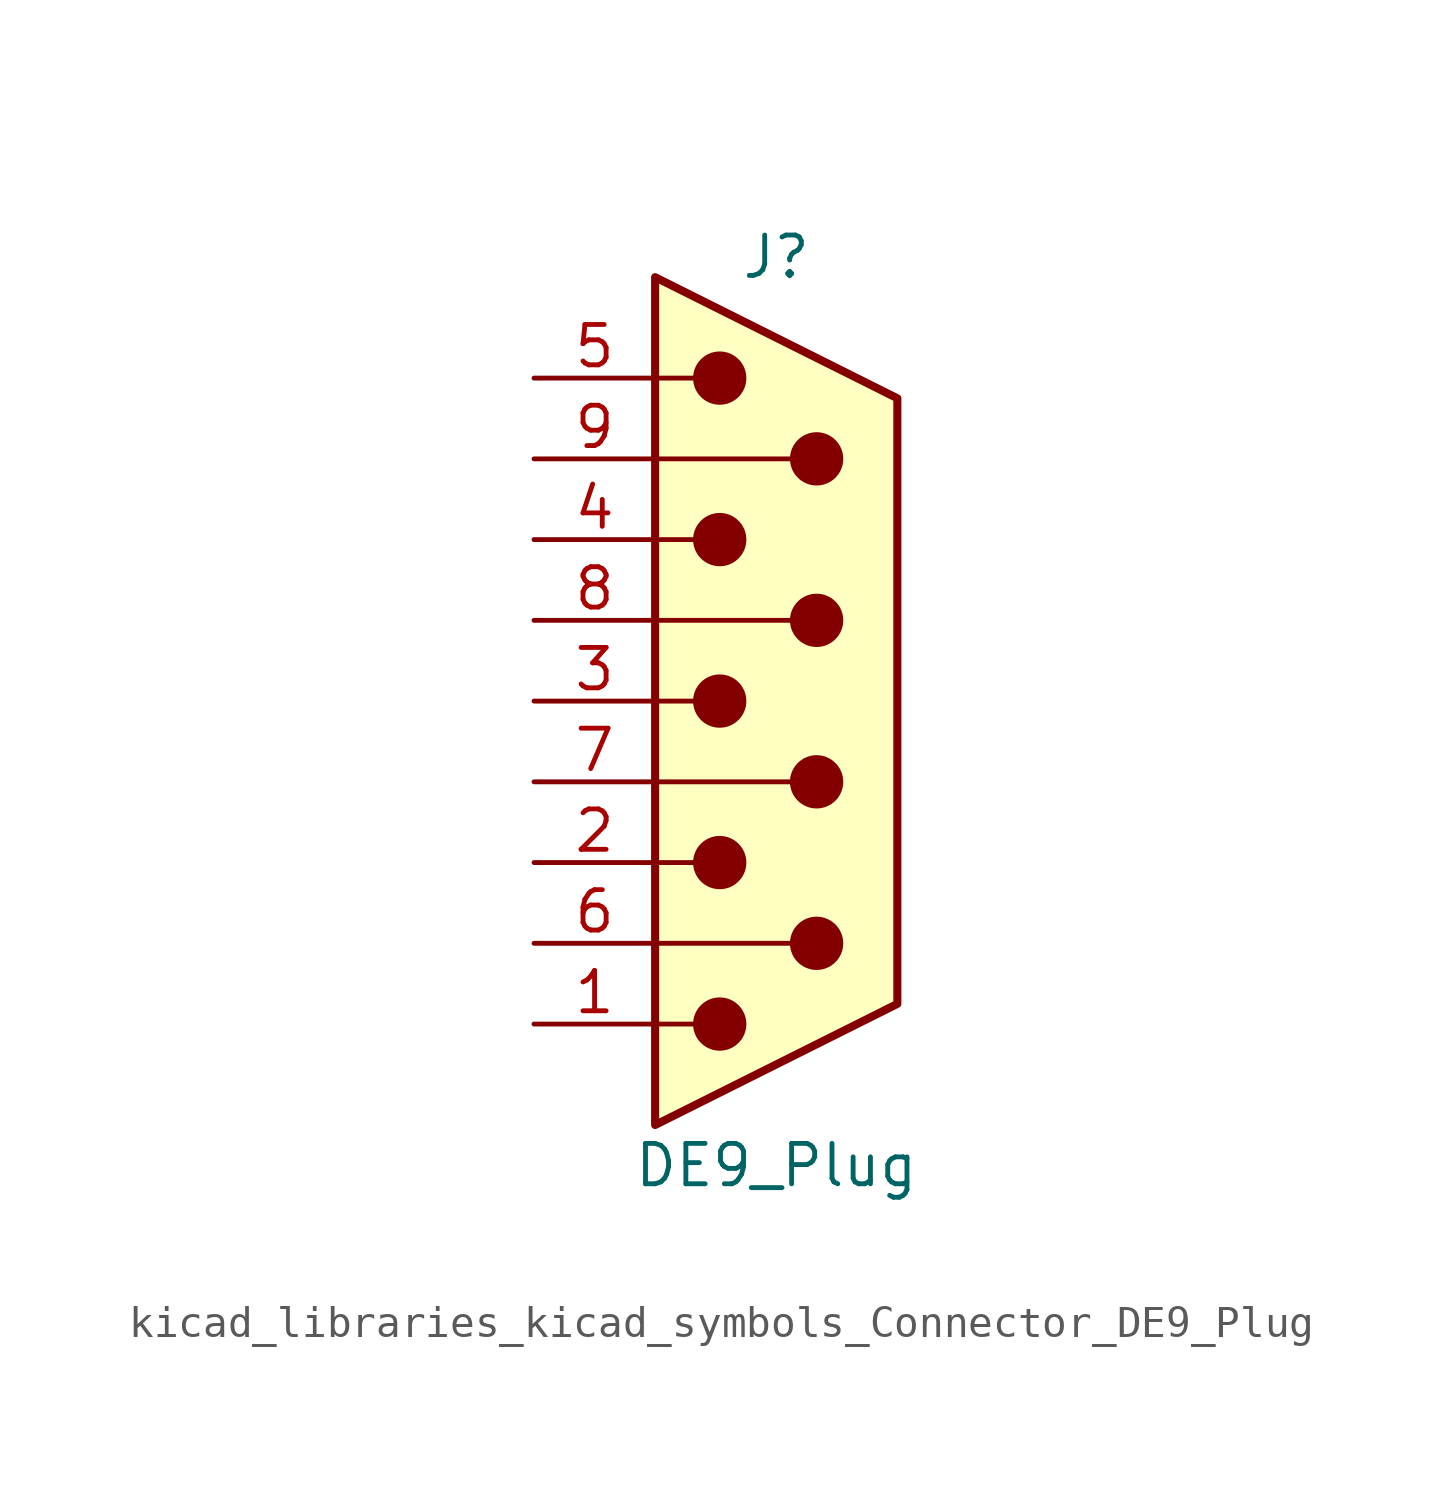
<source format=kicad_sym>
(kicad_symbol_lib
  (version 20220914)
  (generator kicad_symbol_editor)
  (symbol "kicad_libraries_kicad_symbols_Connector_DE9_Plug"
    (pin_names
      (offset 1.016) hide)
    (property "Reference" "J"
      (at 0 13.97 0)
      (effects (font (size 1.27 1.27))))
    (property "Value" "DE9_Plug"
      (at 0 -14.605 0)
      (effects (font (size 1.27 1.27))))
    (symbol "kicad_libraries_kicad_symbols_Connector_DE9_Plug_0_1"
      (circle (center -1.778 -10.16) (radius 0.762) (stroke (width 0) (type default)) (fill (type outline)))
      (circle (center -1.778 -5.08) (radius 0.762) (stroke (width 0) (type default)) (fill (type outline)))
      (circle (center -1.778 0) (radius 0.762) (stroke (width 0) (type default)) (fill (type outline)))
      (circle (center -1.778 5.08) (radius 0.762) (stroke (width 0) (type default)) (fill (type outline)))
      (circle (center -1.778 10.16) (radius 0.762) (stroke (width 0) (type default)) (fill (type outline)))
      (polyline (pts (xy -3.81 -10.16) (xy -2.54 -10.16)) (stroke (width 0) (type default)) (fill (type none)))
      (polyline (pts (xy -3.81 -7.62) (xy 0.508 -7.62)) (stroke (width 0) (type default)) (fill (type none)))
      (polyline (pts (xy -3.81 -5.08) (xy -2.54 -5.08)) (stroke (width 0) (type default)) (fill (type none)))
      (polyline (pts (xy -3.81 -2.54) (xy 0.508 -2.54)) (stroke (width 0) (type default)) (fill (type none)))
      (polyline (pts (xy -3.81 0) (xy -2.54 0)) (stroke (width 0) (type default)) (fill (type none)))
      (polyline (pts (xy -3.81 2.54) (xy 0.508 2.54)) (stroke (width 0) (type default)) (fill (type none)))
      (polyline (pts (xy -3.81 5.08) (xy -2.54 5.08)) (stroke (width 0) (type default)) (fill (type none)))
      (polyline (pts (xy -3.81 7.62) (xy 0.508 7.62)) (stroke (width 0) (type default)) (fill (type none)))
      (polyline (pts (xy -3.81 10.16) (xy -2.54 10.16)) (stroke (width 0) (type default)) (fill (type none)))
      (polyline (pts (xy -3.81 -13.335) (xy -3.81 13.335) (xy 3.81 9.525) (xy 3.81 -9.525) (xy -3.81 -13.335)) (stroke (width 0.254) (type default)) (fill (type background)))
      (circle (center 1.27 -7.62) (radius 0.762) (stroke (width 0) (type default)) (fill (type outline)))
      (circle (center 1.27 -2.54) (radius 0.762) (stroke (width 0) (type default)) (fill (type outline)))
      (circle (center 1.27 2.54) (radius 0.762) (stroke (width 0) (type default)) (fill (type outline)))
      (circle (center 1.27 7.62) (radius 0.762) (stroke (width 0) (type default)) (fill (type outline))))
    (symbol "kicad_libraries_kicad_symbols_Connector_DE9_Plug_1_1"
      (pin passive line (at -7.62 -10.16 0) (length 3.81) (name "1" (effects (font (size 1.27 1.27)))) (number "1" (effects (font (size 1.27 1.27)))))
      (pin passive line (at -7.62 -5.08 0) (length 3.81) (name "2" (effects (font (size 1.27 1.27)))) (number "2" (effects (font (size 1.27 1.27)))))
      (pin passive line (at -7.62 0 0) (length 3.81) (name "3" (effects (font (size 1.27 1.27)))) (number "3" (effects (font (size 1.27 1.27)))))
      (pin passive line (at -7.62 5.08 0) (length 3.81) (name "4" (effects (font (size 1.27 1.27)))) (number "4" (effects (font (size 1.27 1.27)))))
      (pin passive line (at -7.62 10.16 0) (length 3.81) (name "5" (effects (font (size 1.27 1.27)))) (number "5" (effects (font (size 1.27 1.27)))))
      (pin passive line (at -7.62 -7.62 0) (length 3.81) (name "6" (effects (font (size 1.27 1.27)))) (number "6" (effects (font (size 1.27 1.27)))))
      (pin passive line (at -7.62 -2.54 0) (length 3.81) (name "7" (effects (font (size 1.27 1.27)))) (number "7" (effects (font (size 1.27 1.27)))))
      (pin passive line (at -7.62 2.54 0) (length 3.81) (name "8" (effects (font (size 1.27 1.27)))) (number "8" (effects (font (size 1.27 1.27)))))
      (pin passive line (at -7.62 7.62 0) (length 3.81) (name "9" (effects (font (size 1.27 1.27)))) (number "9" (effects (font (size 1.27 1.27))))))))
</source>
